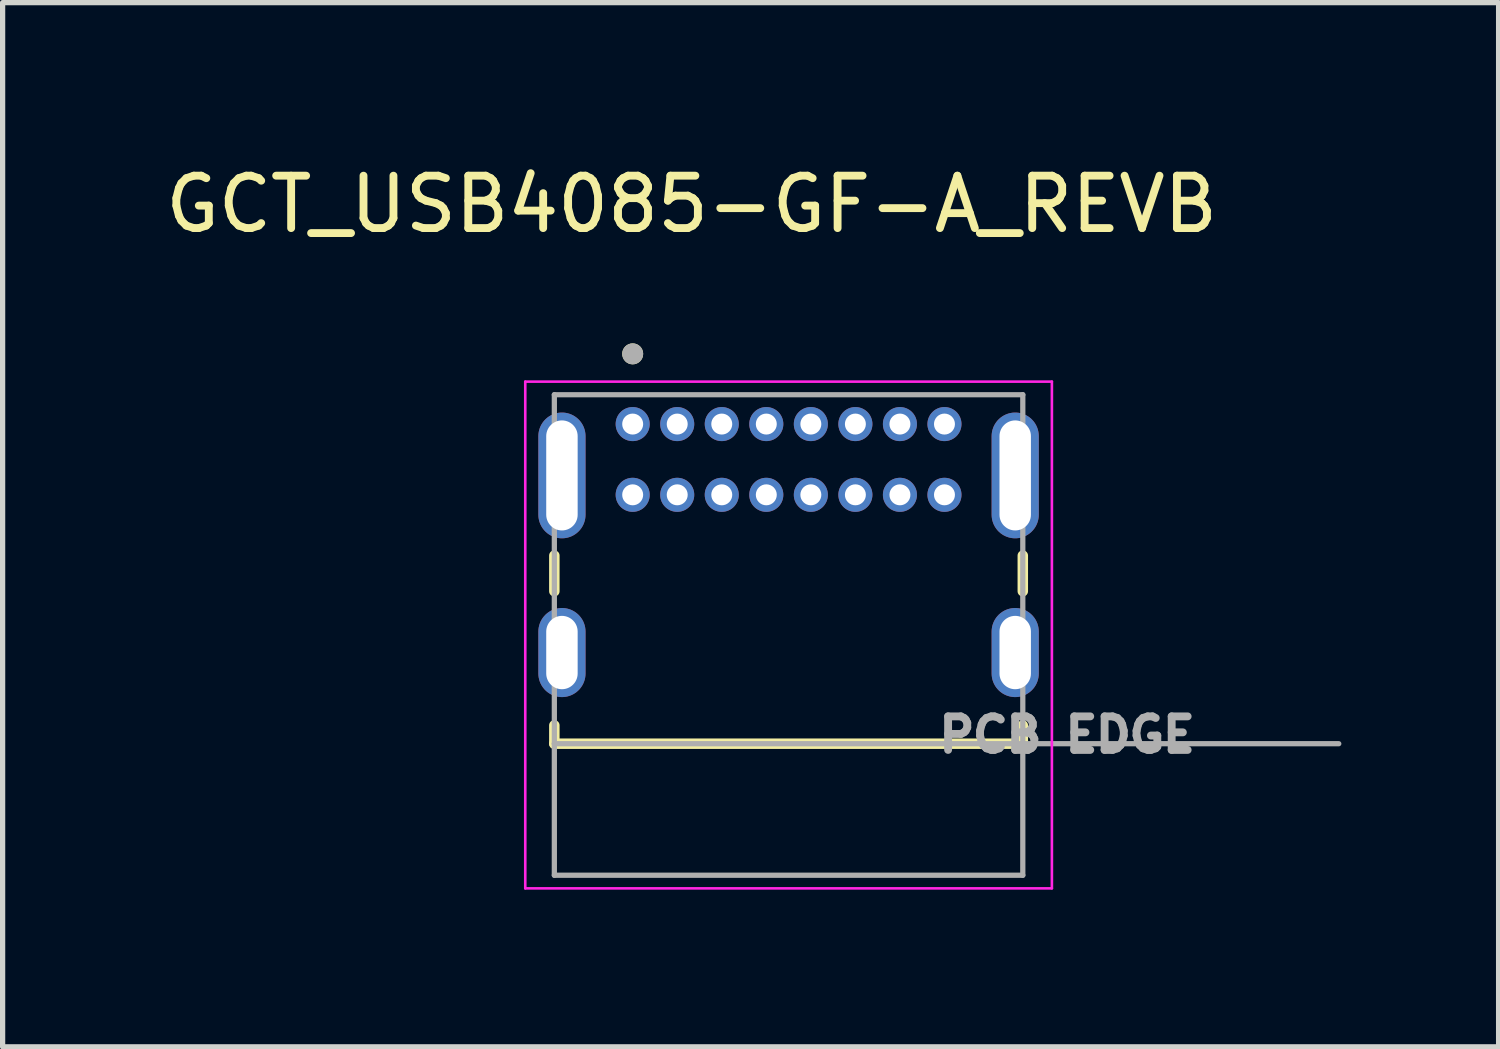
<source format=kicad_pcb>
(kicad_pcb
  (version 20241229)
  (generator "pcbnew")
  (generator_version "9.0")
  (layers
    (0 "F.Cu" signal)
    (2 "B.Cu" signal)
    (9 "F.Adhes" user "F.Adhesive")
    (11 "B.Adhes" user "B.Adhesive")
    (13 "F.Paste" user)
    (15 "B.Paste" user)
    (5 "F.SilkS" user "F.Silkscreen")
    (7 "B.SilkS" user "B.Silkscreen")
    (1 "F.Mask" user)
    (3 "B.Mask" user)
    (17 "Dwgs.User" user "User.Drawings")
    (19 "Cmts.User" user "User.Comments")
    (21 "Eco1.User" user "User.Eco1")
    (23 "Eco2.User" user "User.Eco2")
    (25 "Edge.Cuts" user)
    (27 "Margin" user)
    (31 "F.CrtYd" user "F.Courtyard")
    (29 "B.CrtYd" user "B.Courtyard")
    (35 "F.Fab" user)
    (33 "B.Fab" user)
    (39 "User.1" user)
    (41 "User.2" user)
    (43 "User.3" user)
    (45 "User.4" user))
  (footprint "GCT_USB4085-GF-A_REVB"
    (layer "F.Cu")
    (at 11.999 9.403)
    (property "Reference" "GCT_USB4085-GF-A_REVB" (at -1.85 -8.555 0) (layer "F.SilkS") (effects (font (size 1 1) (thickness 0.15))))
    (attr through_hole)
    (fp_line (start -4.47 -1.85) (end -4.47 -1.17) (stroke (width 0.2) (type solid)) (layer "F.SilkS"))
    (fp_line (start -4.47 1.39) (end -4.47 1.74) (stroke (width 0.2) (type solid)) (layer "F.SilkS"))
    (fp_line (start -4.47 1.74) (end 4.47 1.74) (stroke (width 0.2) (type solid)) (layer "F.SilkS"))
    (fp_line (start 4.47 -1.85) (end 4.47 -1.17) (stroke (width 0.2) (type solid)) (layer "F.SilkS"))
    (fp_line (start 4.47 1.74) (end 4.47 1.39) (stroke (width 0.2) (type solid)) (layer "F.SilkS"))
    (fp_circle (center -2.975 -5.7) (end -2.875 -5.7) (stroke (width 0.2) (type solid)) (fill no) (layer "F.SilkS"))
    (fp_line (start -5.025 -5.17) (end 5.025 -5.17) (stroke (width 0.05) (type solid)) (layer "F.CrtYd"))
    (fp_line (start -5.025 4.5) (end -5.025 -5.17) (stroke (width 0.05) (type solid)) (layer "F.CrtYd"))
    (fp_line (start 5.025 -5.17) (end 5.025 4.5) (stroke (width 0.05) (type solid)) (layer "F.CrtYd"))
    (fp_line (start 5.025 4.5) (end -5.025 4.5) (stroke (width 0.05) (type solid)) (layer "F.CrtYd"))
    (fp_line (start -4.47 -4.92) (end 4.47 -4.92) (stroke (width 0.1) (type solid)) (layer "F.Fab"))
    (fp_line (start -4.47 1.74) (end -4.47 -4.92) (stroke (width 0.1) (type solid)) (layer "F.Fab"))
    (fp_line (start -4.47 1.74) (end 10.5 1.74) (stroke (width 0.1) (type solid)) (layer "F.Fab"))
    (fp_line (start -4.47 4.25) (end -4.47 1.74) (stroke (width 0.1) (type solid)) (layer "F.Fab"))
    (fp_line (start 4.47 -4.92) (end 4.47 4.25) (stroke (width 0.1) (type solid)) (layer "F.Fab"))
    (fp_line (start 4.47 4.25) (end -4.47 4.25) (stroke (width 0.1) (type solid)) (layer "F.Fab"))
    (fp_circle (center -2.975 -5.7) (end -2.875 -5.7) (stroke (width 0.2) (type solid)) (fill no) (layer "F.Fab"))
    (fp_text user "PCB EDGE" (at 5.315 1.57 0) (layer "F.Fab") (effects (font (size 0.64 0.64) (thickness 0.15))))
    (pad "A1" thru_hole circle (at -2.975 -4.36) (size 0.65 0.65) (drill 0.4) (layers "*.Cu" "*.Mask"))
    (pad "A4" thru_hole circle (at -2.125 -4.36) (size 0.65 0.65) (drill 0.4) (layers "*.Cu" "*.Mask"))
    (pad "A5" thru_hole circle (at -1.275 -4.36) (size 0.65 0.65) (drill 0.4) (layers "*.Cu" "*.Mask"))
    (pad "A6" thru_hole circle (at -0.425 -4.36) (size 0.65 0.65) (drill 0.4) (layers "*.Cu" "*.Mask"))
    (pad "A7" thru_hole circle (at 0.425 -4.36) (size 0.65 0.65) (drill 0.4) (layers "*.Cu" "*.Mask"))
    (pad "A8" thru_hole circle (at 1.275 -4.36) (size 0.65 0.65) (drill 0.4) (layers "*.Cu" "*.Mask"))
    (pad "A9" thru_hole circle (at 2.125 -4.36) (size 0.65 0.65) (drill 0.4) (layers "*.Cu" "*.Mask"))
    (pad "A12" thru_hole circle (at 2.975 -4.36) (size 0.65 0.65) (drill 0.4) (layers "*.Cu" "*.Mask"))
    (pad "B1" thru_hole circle (at 2.975 -3.01) (size 0.65 0.65) (drill 0.4) (layers "*.Cu" "*.Mask"))
    (pad "B4" thru_hole circle (at 2.125 -3.01) (size 0.65 0.65) (drill 0.4) (layers "*.Cu" "*.Mask"))
    (pad "B5" thru_hole circle (at 1.275 -3.01) (size 0.65 0.65) (drill 0.4) (layers "*.Cu" "*.Mask"))
    (pad "B6" thru_hole circle (at 0.425 -3.01) (size 0.65 0.65) (drill 0.4) (layers "*.Cu" "*.Mask"))
    (pad "B7" thru_hole circle (at -0.425 -3.01) (size 0.65 0.65) (drill 0.4) (layers "*.Cu" "*.Mask"))
    (pad "B8" thru_hole circle (at -1.275 -3.01) (size 0.65 0.65) (drill 0.4) (layers "*.Cu" "*.Mask"))
    (pad "B9" thru_hole circle (at -2.125 -3.01) (size 0.65 0.65) (drill 0.4) (layers "*.Cu" "*.Mask"))
    (pad "B12" thru_hole circle (at -2.975 -3.01) (size 0.65 0.65) (drill 0.4) (layers "*.Cu" "*.Mask"))
    (pad "S1" thru_hole oval (at -4.325 0) (size 0.9 1.7) (drill oval 0.6 1.4) (layers "*.Cu" "*.Mask"))
    (pad "S2" thru_hole oval (at 4.325 0) (size 0.9 1.7) (drill oval 0.6 1.4) (layers "*.Cu" "*.Mask"))
    (pad "S3" thru_hole oval (at -4.325 -3.38) (size 0.9 2.4) (drill oval 0.6 2.1) (layers "*.Cu" "*.Mask"))
    (pad "S4" thru_hole oval (at 4.325 -3.38) (size 0.9 2.4) (drill oval 0.6 2.1) (layers "*.Cu" "*.Mask")))
  (gr_rect
    (start -3 -3)
    (end 25.549 16.928)
    (stroke (width 0.1) (type default))
    (fill no)
    (layer "Edge.Cuts")))
</source>
